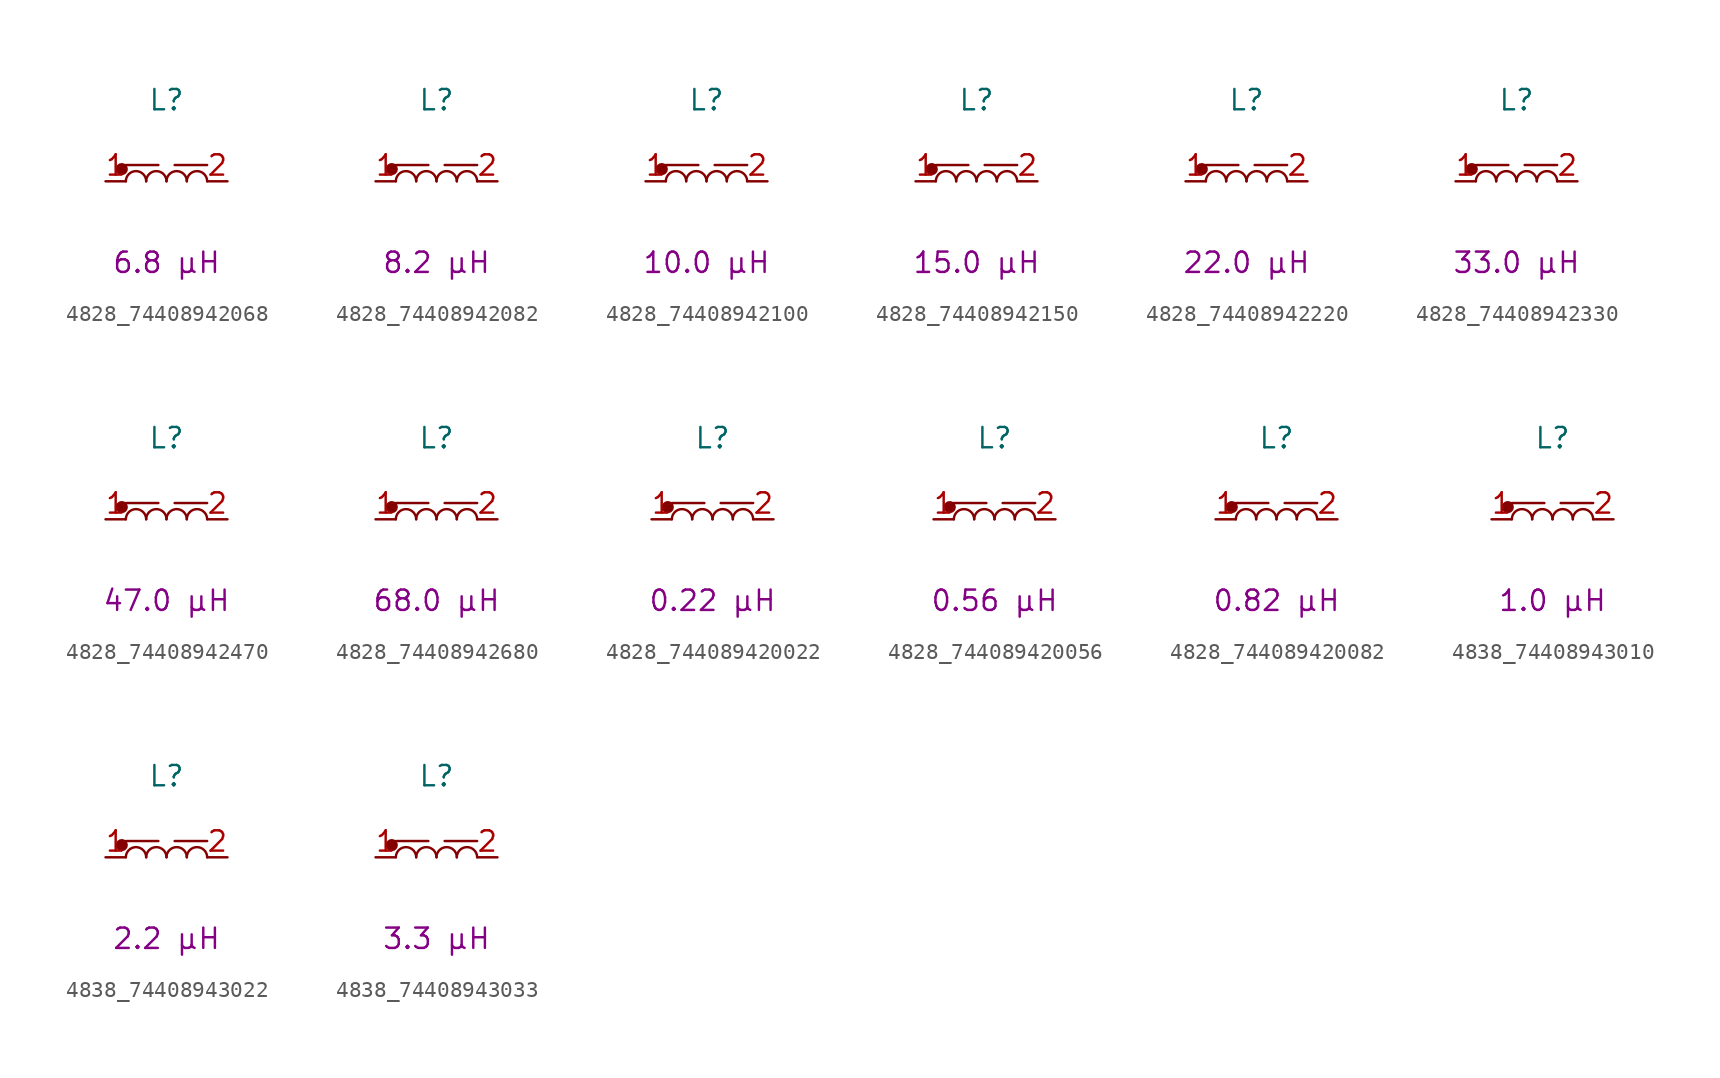
<source format=kicad_sym>
(kicad_symbol_lib
  (version 20220914)
  (generator kicad_symbol_editor)
  (symbol "4828_74408942068"
    (pin_names hide)
    (property "Reference" "L"
      (at 0 5.08 0)
      (effects (font (size 1.27 1.27))))
    (property "Critical Parameter" "6.8 µH"
      (at 0 -5.08 0)
      (effects (font (size 1.27 1.27))))
    (symbol "4828_74408942068_0_1"
      (arc (start -1.27 0) (mid -1.905 0.6323) (end -2.54 0) (stroke (width 0) (type default)) (fill (type none)))
      (arc (start 0 0) (mid -0.635 0.6323) (end -1.27 0) (stroke (width 0) (type default)) (fill (type none)))
      (polyline (pts (xy -2.54 1.016) (xy -0.508 1.016)) (stroke (width 0) (type default)) (fill (type none)))
      (arc (start 1.27 0) (mid 0.635 0.6323) (end 0 0) (stroke (width 0) (type default)) (fill (type none)))
      (arc (start 2.54 0) (mid 1.905 0.6323) (end 1.27 0) (stroke (width 0) (type default)) (fill (type none))))
    (symbol "4828_74408942068_1_1"
      (circle (center -2.794 0.762) (radius 0.0001) (stroke (width 0.381) (type default)) (fill (type none)))
      (polyline (pts (xy 2.54 1.016) (xy 0.508 1.016)) (stroke (width 0) (type default)) (fill (type none)))
      (pin passive line (at -3.81 0 0) (length 1.27) (name "1" (effects (font (size 1.27 1.27)))) (number "1" (effects (font (size 1.27 1.27)))))
      (pin passive line (at 3.81 0 180) (length 1.27) (name "2" (effects (font (size 1.27 1.27)))) (number "2" (effects (font (size 1.27 1.27)))))))
  (symbol "4828_74408942082"
    (pin_names hide)
    (property "Reference" "L"
      (at 0 5.08 0)
      (effects (font (size 1.27 1.27))))
    (property "Critical Parameter" "8.2 µH"
      (at 0 -5.08 0)
      (effects (font (size 1.27 1.27))))
    (symbol "4828_74408942082_0_1"
      (arc (start -1.27 0) (mid -1.905 0.6323) (end -2.54 0) (stroke (width 0) (type default)) (fill (type none)))
      (arc (start 0 0) (mid -0.635 0.6323) (end -1.27 0) (stroke (width 0) (type default)) (fill (type none)))
      (polyline (pts (xy -2.54 1.016) (xy -0.508 1.016)) (stroke (width 0) (type default)) (fill (type none)))
      (arc (start 1.27 0) (mid 0.635 0.6323) (end 0 0) (stroke (width 0) (type default)) (fill (type none)))
      (arc (start 2.54 0) (mid 1.905 0.6323) (end 1.27 0) (stroke (width 0) (type default)) (fill (type none))))
    (symbol "4828_74408942082_1_1"
      (circle (center -2.794 0.762) (radius 0.0001) (stroke (width 0.381) (type default)) (fill (type none)))
      (polyline (pts (xy 2.54 1.016) (xy 0.508 1.016)) (stroke (width 0) (type default)) (fill (type none)))
      (pin passive line (at -3.81 0 0) (length 1.27) (name "1" (effects (font (size 1.27 1.27)))) (number "1" (effects (font (size 1.27 1.27)))))
      (pin passive line (at 3.81 0 180) (length 1.27) (name "2" (effects (font (size 1.27 1.27)))) (number "2" (effects (font (size 1.27 1.27)))))))
  (symbol "4828_74408942100"
    (pin_names hide)
    (property "Reference" "L"
      (at 0 5.08 0)
      (effects (font (size 1.27 1.27))))
    (property "Critical Parameter" "10.0 µH"
      (at 0 -5.08 0)
      (effects (font (size 1.27 1.27))))
    (symbol "4828_74408942100_0_1"
      (arc (start -1.27 0) (mid -1.905 0.6323) (end -2.54 0) (stroke (width 0) (type default)) (fill (type none)))
      (arc (start 0 0) (mid -0.635 0.6323) (end -1.27 0) (stroke (width 0) (type default)) (fill (type none)))
      (polyline (pts (xy -2.54 1.016) (xy -0.508 1.016)) (stroke (width 0) (type default)) (fill (type none)))
      (arc (start 1.27 0) (mid 0.635 0.6323) (end 0 0) (stroke (width 0) (type default)) (fill (type none)))
      (arc (start 2.54 0) (mid 1.905 0.6323) (end 1.27 0) (stroke (width 0) (type default)) (fill (type none))))
    (symbol "4828_74408942100_1_1"
      (circle (center -2.794 0.762) (radius 0.0001) (stroke (width 0.381) (type default)) (fill (type none)))
      (polyline (pts (xy 2.54 1.016) (xy 0.508 1.016)) (stroke (width 0) (type default)) (fill (type none)))
      (pin passive line (at -3.81 0 0) (length 1.27) (name "1" (effects (font (size 1.27 1.27)))) (number "1" (effects (font (size 1.27 1.27)))))
      (pin passive line (at 3.81 0 180) (length 1.27) (name "2" (effects (font (size 1.27 1.27)))) (number "2" (effects (font (size 1.27 1.27)))))))
  (symbol "4828_74408942150"
    (pin_names hide)
    (property "Reference" "L"
      (at 0 5.08 0)
      (effects (font (size 1.27 1.27))))
    (property "Critical Parameter" "15.0 µH"
      (at 0 -5.08 0)
      (effects (font (size 1.27 1.27))))
    (symbol "4828_74408942150_0_1"
      (arc (start -1.27 0) (mid -1.905 0.6323) (end -2.54 0) (stroke (width 0) (type default)) (fill (type none)))
      (arc (start 0 0) (mid -0.635 0.6323) (end -1.27 0) (stroke (width 0) (type default)) (fill (type none)))
      (polyline (pts (xy -2.54 1.016) (xy -0.508 1.016)) (stroke (width 0) (type default)) (fill (type none)))
      (arc (start 1.27 0) (mid 0.635 0.6323) (end 0 0) (stroke (width 0) (type default)) (fill (type none)))
      (arc (start 2.54 0) (mid 1.905 0.6323) (end 1.27 0) (stroke (width 0) (type default)) (fill (type none))))
    (symbol "4828_74408942150_1_1"
      (circle (center -2.794 0.762) (radius 0.0001) (stroke (width 0.381) (type default)) (fill (type none)))
      (polyline (pts (xy 2.54 1.016) (xy 0.508 1.016)) (stroke (width 0) (type default)) (fill (type none)))
      (pin passive line (at -3.81 0 0) (length 1.27) (name "1" (effects (font (size 1.27 1.27)))) (number "1" (effects (font (size 1.27 1.27)))))
      (pin passive line (at 3.81 0 180) (length 1.27) (name "2" (effects (font (size 1.27 1.27)))) (number "2" (effects (font (size 1.27 1.27)))))))
  (symbol "4828_74408942220"
    (pin_names hide)
    (property "Reference" "L"
      (at 0 5.08 0)
      (effects (font (size 1.27 1.27))))
    (property "Critical Parameter" "22.0 µH"
      (at 0 -5.08 0)
      (effects (font (size 1.27 1.27))))
    (symbol "4828_74408942220_0_1"
      (arc (start -1.27 0) (mid -1.905 0.6323) (end -2.54 0) (stroke (width 0) (type default)) (fill (type none)))
      (arc (start 0 0) (mid -0.635 0.6323) (end -1.27 0) (stroke (width 0) (type default)) (fill (type none)))
      (polyline (pts (xy -2.54 1.016) (xy -0.508 1.016)) (stroke (width 0) (type default)) (fill (type none)))
      (arc (start 1.27 0) (mid 0.635 0.6323) (end 0 0) (stroke (width 0) (type default)) (fill (type none)))
      (arc (start 2.54 0) (mid 1.905 0.6323) (end 1.27 0) (stroke (width 0) (type default)) (fill (type none))))
    (symbol "4828_74408942220_1_1"
      (circle (center -2.794 0.762) (radius 0.0001) (stroke (width 0.381) (type default)) (fill (type none)))
      (polyline (pts (xy 2.54 1.016) (xy 0.508 1.016)) (stroke (width 0) (type default)) (fill (type none)))
      (pin passive line (at -3.81 0 0) (length 1.27) (name "1" (effects (font (size 1.27 1.27)))) (number "1" (effects (font (size 1.27 1.27)))))
      (pin passive line (at 3.81 0 180) (length 1.27) (name "2" (effects (font (size 1.27 1.27)))) (number "2" (effects (font (size 1.27 1.27)))))))
  (symbol "4828_74408942330"
    (pin_names hide)
    (property "Reference" "L"
      (at 0 5.08 0)
      (effects (font (size 1.27 1.27))))
    (property "Critical Parameter" "33.0 µH"
      (at 0 -5.08 0)
      (effects (font (size 1.27 1.27))))
    (symbol "4828_74408942330_0_1"
      (arc (start -1.27 0) (mid -1.905 0.6323) (end -2.54 0) (stroke (width 0) (type default)) (fill (type none)))
      (arc (start 0 0) (mid -0.635 0.6323) (end -1.27 0) (stroke (width 0) (type default)) (fill (type none)))
      (polyline (pts (xy -2.54 1.016) (xy -0.508 1.016)) (stroke (width 0) (type default)) (fill (type none)))
      (arc (start 1.27 0) (mid 0.635 0.6323) (end 0 0) (stroke (width 0) (type default)) (fill (type none)))
      (arc (start 2.54 0) (mid 1.905 0.6323) (end 1.27 0) (stroke (width 0) (type default)) (fill (type none))))
    (symbol "4828_74408942330_1_1"
      (circle (center -2.794 0.762) (radius 0.0001) (stroke (width 0.381) (type default)) (fill (type none)))
      (polyline (pts (xy 2.54 1.016) (xy 0.508 1.016)) (stroke (width 0) (type default)) (fill (type none)))
      (pin passive line (at -3.81 0 0) (length 1.27) (name "1" (effects (font (size 1.27 1.27)))) (number "1" (effects (font (size 1.27 1.27)))))
      (pin passive line (at 3.81 0 180) (length 1.27) (name "2" (effects (font (size 1.27 1.27)))) (number "2" (effects (font (size 1.27 1.27)))))))
  (symbol "4828_74408942470"
    (pin_names hide)
    (property "Reference" "L"
      (at 0 5.08 0)
      (effects (font (size 1.27 1.27))))
    (property "Critical Parameter" "47.0 µH"
      (at 0 -5.08 0)
      (effects (font (size 1.27 1.27))))
    (symbol "4828_74408942470_0_1"
      (arc (start -1.27 0) (mid -1.905 0.6323) (end -2.54 0) (stroke (width 0) (type default)) (fill (type none)))
      (arc (start 0 0) (mid -0.635 0.6323) (end -1.27 0) (stroke (width 0) (type default)) (fill (type none)))
      (polyline (pts (xy -2.54 1.016) (xy -0.508 1.016)) (stroke (width 0) (type default)) (fill (type none)))
      (arc (start 1.27 0) (mid 0.635 0.6323) (end 0 0) (stroke (width 0) (type default)) (fill (type none)))
      (arc (start 2.54 0) (mid 1.905 0.6323) (end 1.27 0) (stroke (width 0) (type default)) (fill (type none))))
    (symbol "4828_74408942470_1_1"
      (circle (center -2.794 0.762) (radius 0.0001) (stroke (width 0.381) (type default)) (fill (type none)))
      (polyline (pts (xy 2.54 1.016) (xy 0.508 1.016)) (stroke (width 0) (type default)) (fill (type none)))
      (pin passive line (at -3.81 0 0) (length 1.27) (name "1" (effects (font (size 1.27 1.27)))) (number "1" (effects (font (size 1.27 1.27)))))
      (pin passive line (at 3.81 0 180) (length 1.27) (name "2" (effects (font (size 1.27 1.27)))) (number "2" (effects (font (size 1.27 1.27)))))))
  (symbol "4828_74408942680"
    (pin_names hide)
    (property "Reference" "L"
      (at 0 5.08 0)
      (effects (font (size 1.27 1.27))))
    (property "Critical Parameter" "68.0 µH"
      (at 0 -5.08 0)
      (effects (font (size 1.27 1.27))))
    (symbol "4828_74408942680_0_1"
      (arc (start -1.27 0) (mid -1.905 0.6323) (end -2.54 0) (stroke (width 0) (type default)) (fill (type none)))
      (arc (start 0 0) (mid -0.635 0.6323) (end -1.27 0) (stroke (width 0) (type default)) (fill (type none)))
      (polyline (pts (xy -2.54 1.016) (xy -0.508 1.016)) (stroke (width 0) (type default)) (fill (type none)))
      (arc (start 1.27 0) (mid 0.635 0.6323) (end 0 0) (stroke (width 0) (type default)) (fill (type none)))
      (arc (start 2.54 0) (mid 1.905 0.6323) (end 1.27 0) (stroke (width 0) (type default)) (fill (type none))))
    (symbol "4828_74408942680_1_1"
      (circle (center -2.794 0.762) (radius 0.0001) (stroke (width 0.381) (type default)) (fill (type none)))
      (polyline (pts (xy 2.54 1.016) (xy 0.508 1.016)) (stroke (width 0) (type default)) (fill (type none)))
      (pin passive line (at -3.81 0 0) (length 1.27) (name "1" (effects (font (size 1.27 1.27)))) (number "1" (effects (font (size 1.27 1.27)))))
      (pin passive line (at 3.81 0 180) (length 1.27) (name "2" (effects (font (size 1.27 1.27)))) (number "2" (effects (font (size 1.27 1.27)))))))
  (symbol "4828_744089420022"
    (pin_names hide)
    (property "Reference" "L"
      (at 0 5.08 0)
      (effects (font (size 1.27 1.27))))
    (property "Critical Parameter" "0.22 µH"
      (at 0 -5.08 0)
      (effects (font (size 1.27 1.27))))
    (symbol "4828_744089420022_0_1"
      (arc (start -1.27 0) (mid -1.905 0.6323) (end -2.54 0) (stroke (width 0) (type default)) (fill (type none)))
      (arc (start 0 0) (mid -0.635 0.6323) (end -1.27 0) (stroke (width 0) (type default)) (fill (type none)))
      (polyline (pts (xy -2.54 1.016) (xy -0.508 1.016)) (stroke (width 0) (type default)) (fill (type none)))
      (arc (start 1.27 0) (mid 0.635 0.6323) (end 0 0) (stroke (width 0) (type default)) (fill (type none)))
      (arc (start 2.54 0) (mid 1.905 0.6323) (end 1.27 0) (stroke (width 0) (type default)) (fill (type none))))
    (symbol "4828_744089420022_1_1"
      (circle (center -2.794 0.762) (radius 0.0001) (stroke (width 0.381) (type default)) (fill (type none)))
      (polyline (pts (xy 2.54 1.016) (xy 0.508 1.016)) (stroke (width 0) (type default)) (fill (type none)))
      (pin passive line (at -3.81 0 0) (length 1.27) (name "1" (effects (font (size 1.27 1.27)))) (number "1" (effects (font (size 1.27 1.27)))))
      (pin passive line (at 3.81 0 180) (length 1.27) (name "2" (effects (font (size 1.27 1.27)))) (number "2" (effects (font (size 1.27 1.27)))))))
  (symbol "4828_744089420056"
    (pin_names hide)
    (property "Reference" "L"
      (at 0 5.08 0)
      (effects (font (size 1.27 1.27))))
    (property "Critical Parameter" "0.56 µH"
      (at 0 -5.08 0)
      (effects (font (size 1.27 1.27))))
    (symbol "4828_744089420056_0_1"
      (arc (start -1.27 0) (mid -1.905 0.6323) (end -2.54 0) (stroke (width 0) (type default)) (fill (type none)))
      (arc (start 0 0) (mid -0.635 0.6323) (end -1.27 0) (stroke (width 0) (type default)) (fill (type none)))
      (polyline (pts (xy -2.54 1.016) (xy -0.508 1.016)) (stroke (width 0) (type default)) (fill (type none)))
      (arc (start 1.27 0) (mid 0.635 0.6323) (end 0 0) (stroke (width 0) (type default)) (fill (type none)))
      (arc (start 2.54 0) (mid 1.905 0.6323) (end 1.27 0) (stroke (width 0) (type default)) (fill (type none))))
    (symbol "4828_744089420056_1_1"
      (circle (center -2.794 0.762) (radius 0.0001) (stroke (width 0.381) (type default)) (fill (type none)))
      (polyline (pts (xy 2.54 1.016) (xy 0.508 1.016)) (stroke (width 0) (type default)) (fill (type none)))
      (pin passive line (at -3.81 0 0) (length 1.27) (name "1" (effects (font (size 1.27 1.27)))) (number "1" (effects (font (size 1.27 1.27)))))
      (pin passive line (at 3.81 0 180) (length 1.27) (name "2" (effects (font (size 1.27 1.27)))) (number "2" (effects (font (size 1.27 1.27)))))))
  (symbol "4828_744089420082"
    (pin_names hide)
    (property "Reference" "L"
      (at 0 5.08 0)
      (effects (font (size 1.27 1.27))))
    (property "Critical Parameter" "0.82 µH"
      (at 0 -5.08 0)
      (effects (font (size 1.27 1.27))))
    (symbol "4828_744089420082_0_1"
      (arc (start -1.27 0) (mid -1.905 0.6323) (end -2.54 0) (stroke (width 0) (type default)) (fill (type none)))
      (arc (start 0 0) (mid -0.635 0.6323) (end -1.27 0) (stroke (width 0) (type default)) (fill (type none)))
      (polyline (pts (xy -2.54 1.016) (xy -0.508 1.016)) (stroke (width 0) (type default)) (fill (type none)))
      (arc (start 1.27 0) (mid 0.635 0.6323) (end 0 0) (stroke (width 0) (type default)) (fill (type none)))
      (arc (start 2.54 0) (mid 1.905 0.6323) (end 1.27 0) (stroke (width 0) (type default)) (fill (type none))))
    (symbol "4828_744089420082_1_1"
      (circle (center -2.794 0.762) (radius 0.0001) (stroke (width 0.381) (type default)) (fill (type none)))
      (polyline (pts (xy 2.54 1.016) (xy 0.508 1.016)) (stroke (width 0) (type default)) (fill (type none)))
      (pin passive line (at -3.81 0 0) (length 1.27) (name "1" (effects (font (size 1.27 1.27)))) (number "1" (effects (font (size 1.27 1.27)))))
      (pin passive line (at 3.81 0 180) (length 1.27) (name "2" (effects (font (size 1.27 1.27)))) (number "2" (effects (font (size 1.27 1.27)))))))
  (symbol "4838_74408943010"
    (pin_names hide)
    (property "Reference" "L"
      (at 0 5.08 0)
      (effects (font (size 1.27 1.27))))
    (property "Critical Parameter" "1.0 µH"
      (at 0 -5.08 0)
      (effects (font (size 1.27 1.27))))
    (symbol "4838_74408943010_0_1"
      (arc (start -1.27 0) (mid -1.905 0.6323) (end -2.54 0) (stroke (width 0) (type default)) (fill (type none)))
      (arc (start 0 0) (mid -0.635 0.6323) (end -1.27 0) (stroke (width 0) (type default)) (fill (type none)))
      (polyline (pts (xy -2.54 1.016) (xy -0.508 1.016)) (stroke (width 0) (type default)) (fill (type none)))
      (arc (start 1.27 0) (mid 0.635 0.6323) (end 0 0) (stroke (width 0) (type default)) (fill (type none)))
      (arc (start 2.54 0) (mid 1.905 0.6323) (end 1.27 0) (stroke (width 0) (type default)) (fill (type none))))
    (symbol "4838_74408943010_1_1"
      (circle (center -2.794 0.762) (radius 0.0001) (stroke (width 0.381) (type default)) (fill (type none)))
      (polyline (pts (xy 2.54 1.016) (xy 0.508 1.016)) (stroke (width 0) (type default)) (fill (type none)))
      (pin passive line (at -3.81 0 0) (length 1.27) (name "1" (effects (font (size 1.27 1.27)))) (number "1" (effects (font (size 1.27 1.27)))))
      (pin passive line (at 3.81 0 180) (length 1.27) (name "2" (effects (font (size 1.27 1.27)))) (number "2" (effects (font (size 1.27 1.27)))))))
  (symbol "4838_74408943022"
    (pin_names hide)
    (property "Reference" "L"
      (at 0 5.08 0)
      (effects (font (size 1.27 1.27))))
    (property "Critical Parameter" "2.2 µH"
      (at 0 -5.08 0)
      (effects (font (size 1.27 1.27))))
    (symbol "4838_74408943022_0_1"
      (arc (start -1.27 0) (mid -1.905 0.6323) (end -2.54 0) (stroke (width 0) (type default)) (fill (type none)))
      (arc (start 0 0) (mid -0.635 0.6323) (end -1.27 0) (stroke (width 0) (type default)) (fill (type none)))
      (polyline (pts (xy -2.54 1.016) (xy -0.508 1.016)) (stroke (width 0) (type default)) (fill (type none)))
      (arc (start 1.27 0) (mid 0.635 0.6323) (end 0 0) (stroke (width 0) (type default)) (fill (type none)))
      (arc (start 2.54 0) (mid 1.905 0.6323) (end 1.27 0) (stroke (width 0) (type default)) (fill (type none))))
    (symbol "4838_74408943022_1_1"
      (circle (center -2.794 0.762) (radius 0.0001) (stroke (width 0.381) (type default)) (fill (type none)))
      (polyline (pts (xy 2.54 1.016) (xy 0.508 1.016)) (stroke (width 0) (type default)) (fill (type none)))
      (pin passive line (at -3.81 0 0) (length 1.27) (name "1" (effects (font (size 1.27 1.27)))) (number "1" (effects (font (size 1.27 1.27)))))
      (pin passive line (at 3.81 0 180) (length 1.27) (name "2" (effects (font (size 1.27 1.27)))) (number "2" (effects (font (size 1.27 1.27)))))))
  (symbol "4838_74408943033"
    (pin_names hide)
    (property "Reference" "L"
      (at 0 5.08 0)
      (effects (font (size 1.27 1.27))))
    (property "Critical Parameter" "3.3 µH"
      (at 0 -5.08 0)
      (effects (font (size 1.27 1.27))))
    (symbol "4838_74408943033_0_1"
      (arc (start -1.27 0) (mid -1.905 0.6323) (end -2.54 0) (stroke (width 0) (type default)) (fill (type none)))
      (arc (start 0 0) (mid -0.635 0.6323) (end -1.27 0) (stroke (width 0) (type default)) (fill (type none)))
      (polyline (pts (xy -2.54 1.016) (xy -0.508 1.016)) (stroke (width 0) (type default)) (fill (type none)))
      (arc (start 1.27 0) (mid 0.635 0.6323) (end 0 0) (stroke (width 0) (type default)) (fill (type none)))
      (arc (start 2.54 0) (mid 1.905 0.6323) (end 1.27 0) (stroke (width 0) (type default)) (fill (type none))))
    (symbol "4838_74408943033_1_1"
      (circle (center -2.794 0.762) (radius 0.0001) (stroke (width 0.381) (type default)) (fill (type none)))
      (polyline (pts (xy 2.54 1.016) (xy 0.508 1.016)) (stroke (width 0) (type default)) (fill (type none)))
      (pin passive line (at -3.81 0 0) (length 1.27) (name "1" (effects (font (size 1.27 1.27)))) (number "1" (effects (font (size 1.27 1.27)))))
      (pin passive line (at 3.81 0 180) (length 1.27) (name "2" (effects (font (size 1.27 1.27)))) (number "2" (effects (font (size 1.27 1.27))))))))
</source>
